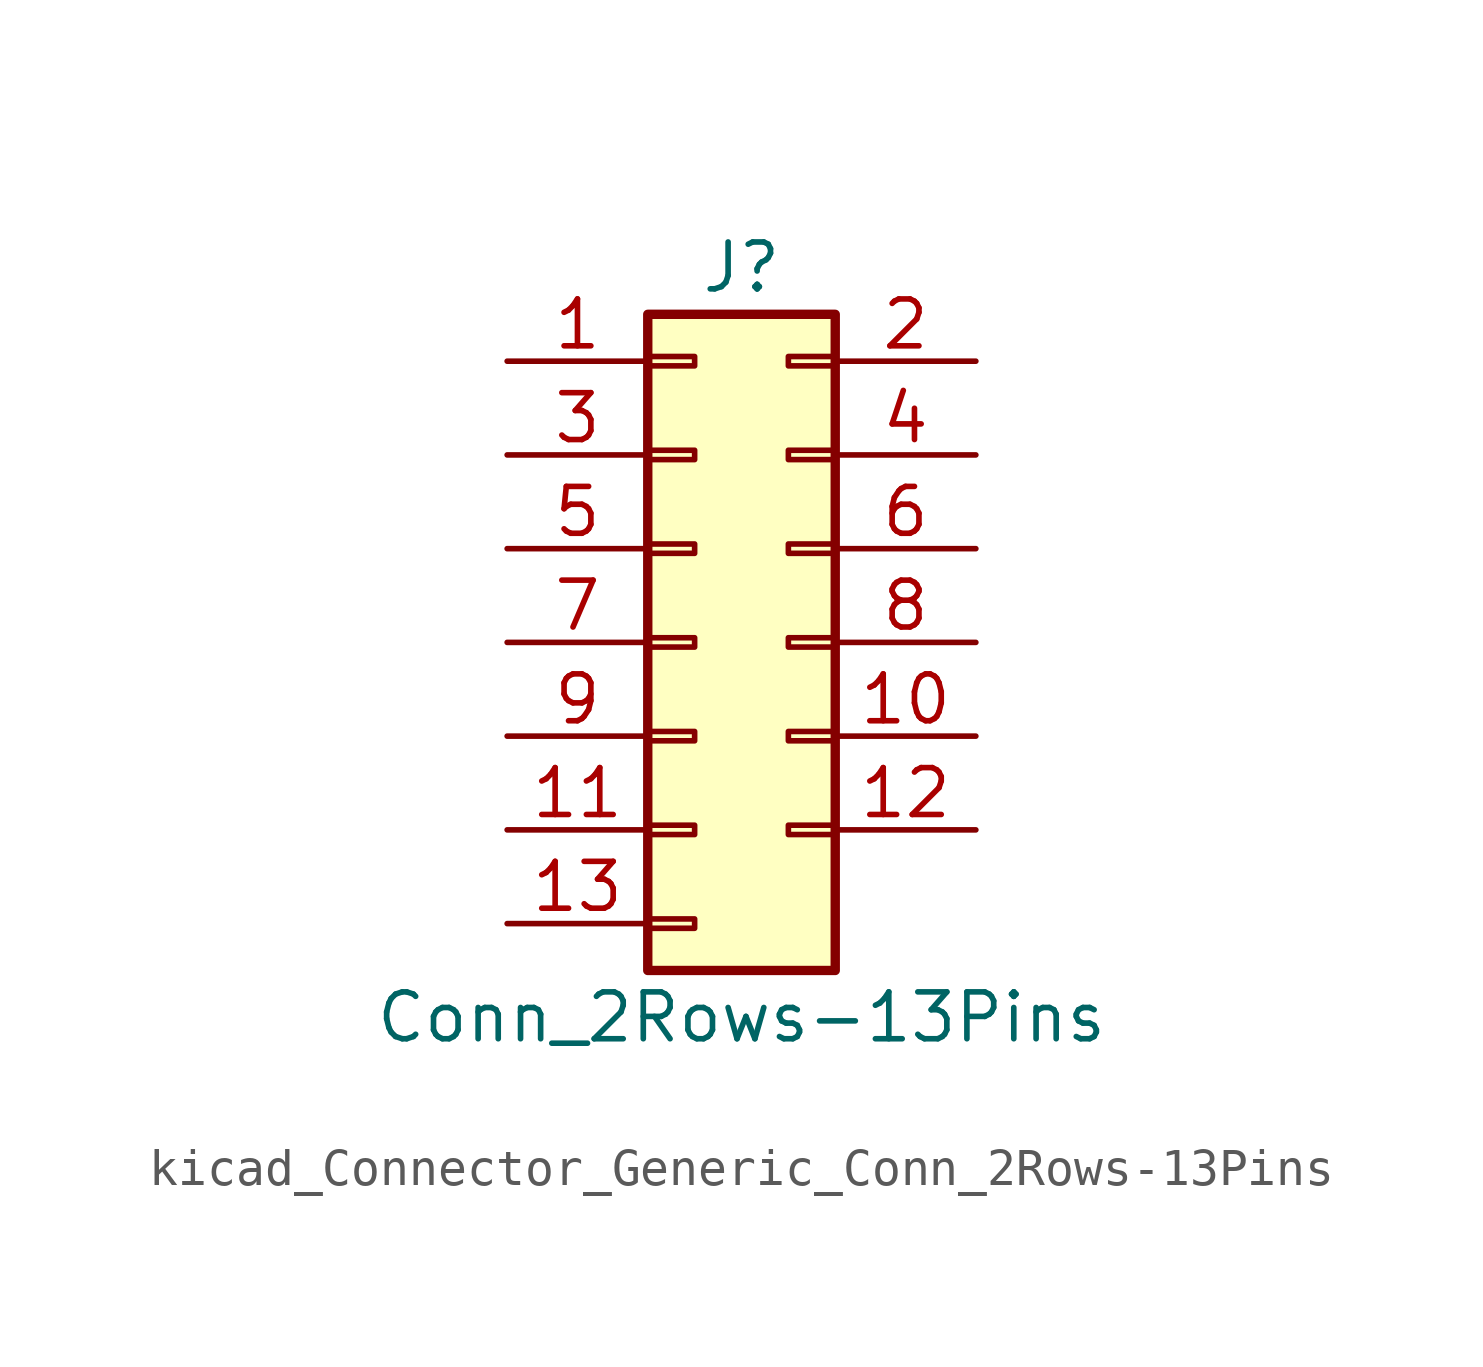
<source format=kicad_sym>
(kicad_symbol_lib
  (version 20220914)
  (generator kicad_symbol_editor)
  (symbol "kicad_Connector_Generic_Conn_2Rows-13Pins"
    (pin_names
      (offset 1.016) hide)
    (property "Reference" "J"
      (at 1.27 10.16 0)
      (effects (font (size 1.27 1.27))))
    (property "Value" "Conn_2Rows-13Pins"
      (at 1.27 -10.16 0)
      (effects (font (size 1.27 1.27))))
    (symbol "kicad_Connector_Generic_Conn_2Rows-13Pins_1_1"
      (rectangle (start -1.27 -7.493) (end 0 -7.747) (stroke (width 0.152) (type default)) (fill (type none)))
      (rectangle (start -1.27 -4.953) (end 0 -5.207) (stroke (width 0.152) (type default)) (fill (type none)))
      (rectangle (start -1.27 -2.413) (end 0 -2.667) (stroke (width 0.152) (type default)) (fill (type none)))
      (rectangle (start -1.27 0.127) (end 0 -0.127) (stroke (width 0.152) (type default)) (fill (type none)))
      (rectangle (start -1.27 2.667) (end 0 2.413) (stroke (width 0.152) (type default)) (fill (type none)))
      (rectangle (start -1.27 5.207) (end 0 4.953) (stroke (width 0.152) (type default)) (fill (type none)))
      (rectangle (start -1.27 7.747) (end 0 7.493) (stroke (width 0.152) (type default)) (fill (type none)))
      (rectangle (start -1.27 8.89) (end 3.81 -8.89) (stroke (width 0.254) (type default)) (fill (type background)))
      (rectangle (start 3.81 -4.953) (end 2.54 -5.207) (stroke (width 0.152) (type default)) (fill (type none)))
      (rectangle (start 3.81 -2.413) (end 2.54 -2.667) (stroke (width 0.152) (type default)) (fill (type none)))
      (rectangle (start 3.81 0.127) (end 2.54 -0.127) (stroke (width 0.152) (type default)) (fill (type none)))
      (rectangle (start 3.81 2.667) (end 2.54 2.413) (stroke (width 0.152) (type default)) (fill (type none)))
      (rectangle (start 3.81 5.207) (end 2.54 4.953) (stroke (width 0.152) (type default)) (fill (type none)))
      (rectangle (start 3.81 7.747) (end 2.54 7.493) (stroke (width 0.152) (type default)) (fill (type none)))
      (pin passive line (at -5.08 7.62 0) (length 3.81) (name "Pin_1" (effects (font (size 1.27 1.27)))) (number "1" (effects (font (size 1.27 1.27)))))
      (pin passive line (at 7.62 -2.54 180) (length 3.81) (name "Pin_10" (effects (font (size 1.27 1.27)))) (number "10" (effects (font (size 1.27 1.27)))))
      (pin passive line (at -5.08 -5.08 0) (length 3.81) (name "Pin_11" (effects (font (size 1.27 1.27)))) (number "11" (effects (font (size 1.27 1.27)))))
      (pin passive line (at 7.62 -5.08 180) (length 3.81) (name "Pin_12" (effects (font (size 1.27 1.27)))) (number "12" (effects (font (size 1.27 1.27)))))
      (pin passive line (at -5.08 -7.62 0) (length 3.81) (name "Pin_13" (effects (font (size 1.27 1.27)))) (number "13" (effects (font (size 1.27 1.27)))))
      (pin passive line (at 7.62 7.62 180) (length 3.81) (name "Pin_2" (effects (font (size 1.27 1.27)))) (number "2" (effects (font (size 1.27 1.27)))))
      (pin passive line (at -5.08 5.08 0) (length 3.81) (name "Pin_3" (effects (font (size 1.27 1.27)))) (number "3" (effects (font (size 1.27 1.27)))))
      (pin passive line (at 7.62 5.08 180) (length 3.81) (name "Pin_4" (effects (font (size 1.27 1.27)))) (number "4" (effects (font (size 1.27 1.27)))))
      (pin passive line (at -5.08 2.54 0) (length 3.81) (name "Pin_5" (effects (font (size 1.27 1.27)))) (number "5" (effects (font (size 1.27 1.27)))))
      (pin passive line (at 7.62 2.54 180) (length 3.81) (name "Pin_6" (effects (font (size 1.27 1.27)))) (number "6" (effects (font (size 1.27 1.27)))))
      (pin passive line (at -5.08 0 0) (length 3.81) (name "Pin_7" (effects (font (size 1.27 1.27)))) (number "7" (effects (font (size 1.27 1.27)))))
      (pin passive line (at 7.62 0 180) (length 3.81) (name "Pin_8" (effects (font (size 1.27 1.27)))) (number "8" (effects (font (size 1.27 1.27)))))
      (pin passive line (at -5.08 -2.54 0) (length 3.81) (name "Pin_9" (effects (font (size 1.27 1.27)))) (number "9" (effects (font (size 1.27 1.27))))))))
</source>
